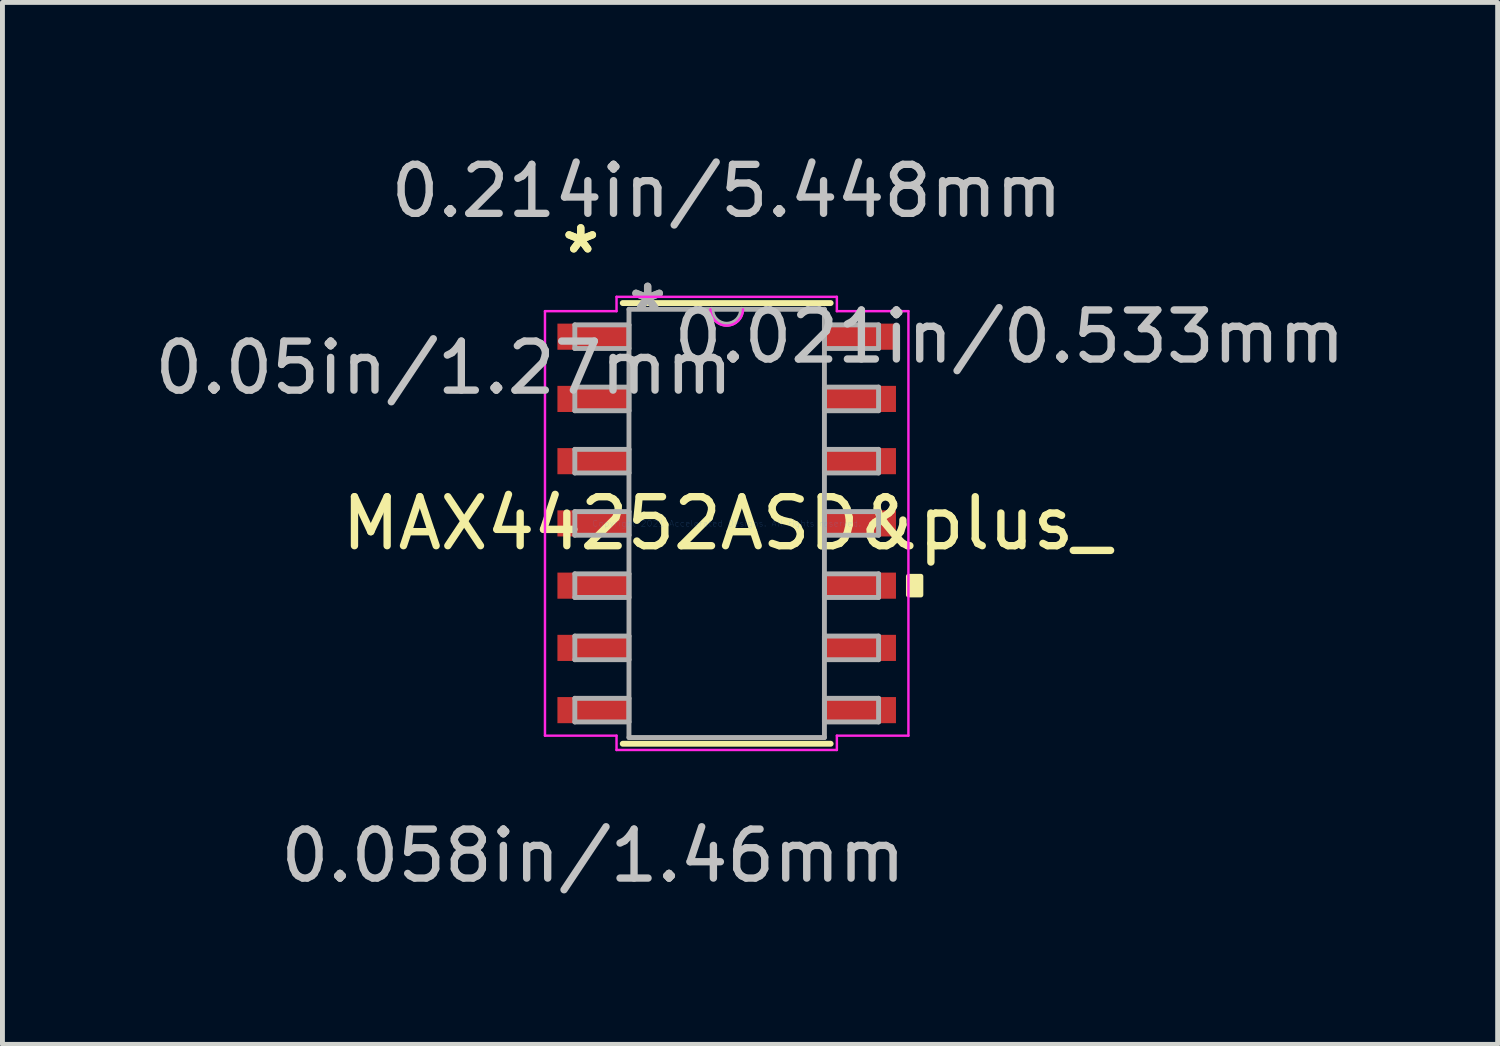
<source format=kicad_pcb>
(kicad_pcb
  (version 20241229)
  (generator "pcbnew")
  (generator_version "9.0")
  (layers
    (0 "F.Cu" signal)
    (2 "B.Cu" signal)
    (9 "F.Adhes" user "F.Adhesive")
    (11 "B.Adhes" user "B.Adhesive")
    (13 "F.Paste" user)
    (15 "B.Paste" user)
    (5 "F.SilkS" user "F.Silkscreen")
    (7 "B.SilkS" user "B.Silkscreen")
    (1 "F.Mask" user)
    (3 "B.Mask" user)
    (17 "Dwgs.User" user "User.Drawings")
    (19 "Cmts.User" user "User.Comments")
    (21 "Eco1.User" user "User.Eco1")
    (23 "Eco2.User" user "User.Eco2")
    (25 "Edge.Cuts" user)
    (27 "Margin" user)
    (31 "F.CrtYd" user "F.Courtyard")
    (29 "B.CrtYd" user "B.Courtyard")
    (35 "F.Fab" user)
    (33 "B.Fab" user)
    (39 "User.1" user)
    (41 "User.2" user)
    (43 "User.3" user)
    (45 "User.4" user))
  (footprint "MAX44252ASD&plus_"
    (layer "F.Cu")
    (at 11.778 7.63)
    (property "Reference" "MAX44252ASD&plus_" (at 0 0 0) (layer "F.SilkS") (effects (font (size 1 1) (thickness 0.15))))
    (attr through_hole)
    (fp_line (start -2.121 4.496) (end 2.121 4.496) (stroke (width 0.12) (type solid)) (layer "F.SilkS"))
    (fp_line (start 2.121 -4.496) (end -2.121 -4.496) (stroke (width 0.12) (type solid)) (layer "F.SilkS"))
    (fp_poly (pts (xy 3.962 1.079) (xy 3.962 1.46) (xy 3.708 1.46) (xy 3.708 1.079)) (stroke (width 0.1) (type solid)) (fill yes) (layer "F.SilkS"))
    (fp_line (start -3.708 -4.331) (end -2.248 -4.331) (stroke (width 0.05) (type solid)) (layer "F.CrtYd"))
    (fp_line (start -3.708 4.331) (end -3.708 -4.331) (stroke (width 0.05) (type solid)) (layer "F.CrtYd"))
    (fp_line (start -2.248 -4.623) (end 2.248 -4.623) (stroke (width 0.05) (type solid)) (layer "F.CrtYd"))
    (fp_line (start -2.248 -4.331) (end -2.248 -4.623) (stroke (width 0.05) (type solid)) (layer "F.CrtYd"))
    (fp_line (start -2.248 4.331) (end -3.708 4.331) (stroke (width 0.05) (type solid)) (layer "F.CrtYd"))
    (fp_line (start -2.248 4.623) (end -2.248 4.331) (stroke (width 0.05) (type solid)) (layer "F.CrtYd"))
    (fp_line (start 2.248 -4.623) (end 2.248 -4.331) (stroke (width 0.05) (type solid)) (layer "F.CrtYd"))
    (fp_line (start 2.248 -4.331) (end 3.708 -4.331) (stroke (width 0.05) (type solid)) (layer "F.CrtYd"))
    (fp_line (start 2.248 4.331) (end 2.248 4.623) (stroke (width 0.05) (type solid)) (layer "F.CrtYd"))
    (fp_line (start 2.248 4.623) (end -2.248 4.623) (stroke (width 0.05) (type solid)) (layer "F.CrtYd"))
    (fp_line (start 3.708 -4.331) (end 3.708 4.331) (stroke (width 0.05) (type solid)) (layer "F.CrtYd"))
    (fp_line (start 3.708 4.331) (end 2.248 4.331) (stroke (width 0.05) (type solid)) (layer "F.CrtYd"))
    (fp_arc (start 0.332317 -4.3688) (mid 0 -4.036483) (end -0.332317 -4.3688) (stroke (width 0.05) (type solid)) (layer "F.CrtYd"))
    (fp_line (start -3.099 -4.051) (end -3.099 -3.569) (stroke (width 0.1) (type solid)) (layer "F.Fab"))
    (fp_line (start -3.099 -3.569) (end -1.994 -3.569) (stroke (width 0.1) (type solid)) (layer "F.Fab"))
    (fp_line (start -3.099 -2.781) (end -3.099 -2.299) (stroke (width 0.1) (type solid)) (layer "F.Fab"))
    (fp_line (start -3.099 -2.299) (end -1.994 -2.299) (stroke (width 0.1) (type solid)) (layer "F.Fab"))
    (fp_line (start -3.099 -1.511) (end -3.099 -1.029) (stroke (width 0.1) (type solid)) (layer "F.Fab"))
    (fp_line (start -3.099 -1.029) (end -1.994 -1.029) (stroke (width 0.1) (type solid)) (layer "F.Fab"))
    (fp_line (start -3.099 -0.241) (end -3.099 0.241) (stroke (width 0.1) (type solid)) (layer "F.Fab"))
    (fp_line (start -3.099 0.241) (end -1.994 0.241) (stroke (width 0.1) (type solid)) (layer "F.Fab"))
    (fp_line (start -3.099 1.029) (end -3.099 1.511) (stroke (width 0.1) (type solid)) (layer "F.Fab"))
    (fp_line (start -3.099 1.511) (end -1.994 1.511) (stroke (width 0.1) (type solid)) (layer "F.Fab"))
    (fp_line (start -3.099 2.299) (end -3.099 2.781) (stroke (width 0.1) (type solid)) (layer "F.Fab"))
    (fp_line (start -3.099 2.781) (end -1.994 2.781) (stroke (width 0.1) (type solid)) (layer "F.Fab"))
    (fp_line (start -3.099 3.569) (end -3.099 4.051) (stroke (width 0.1) (type solid)) (layer "F.Fab"))
    (fp_line (start -3.099 4.051) (end -1.994 4.051) (stroke (width 0.1) (type solid)) (layer "F.Fab"))
    (fp_line (start -1.994 -4.369) (end -1.994 4.369) (stroke (width 0.1) (type solid)) (layer "F.Fab"))
    (fp_line (start -1.994 -4.051) (end -3.099 -4.051) (stroke (width 0.1) (type solid)) (layer "F.Fab"))
    (fp_line (start -1.994 -3.569) (end -1.994 -4.051) (stroke (width 0.1) (type solid)) (layer "F.Fab"))
    (fp_line (start -1.994 -2.781) (end -3.099 -2.781) (stroke (width 0.1) (type solid)) (layer "F.Fab"))
    (fp_line (start -1.994 -2.299) (end -1.994 -2.781) (stroke (width 0.1) (type solid)) (layer "F.Fab"))
    (fp_line (start -1.994 -1.511) (end -3.099 -1.511) (stroke (width 0.1) (type solid)) (layer "F.Fab"))
    (fp_line (start -1.994 -1.029) (end -1.994 -1.511) (stroke (width 0.1) (type solid)) (layer "F.Fab"))
    (fp_line (start -1.994 -0.241) (end -3.099 -0.241) (stroke (width 0.1) (type solid)) (layer "F.Fab"))
    (fp_line (start -1.994 0.241) (end -1.994 -0.241) (stroke (width 0.1) (type solid)) (layer "F.Fab"))
    (fp_line (start -1.994 1.029) (end -3.099 1.029) (stroke (width 0.1) (type solid)) (layer "F.Fab"))
    (fp_line (start -1.994 1.511) (end -1.994 1.029) (stroke (width 0.1) (type solid)) (layer "F.Fab"))
    (fp_line (start -1.994 2.299) (end -3.099 2.299) (stroke (width 0.1) (type solid)) (layer "F.Fab"))
    (fp_line (start -1.994 2.781) (end -1.994 2.299) (stroke (width 0.1) (type solid)) (layer "F.Fab"))
    (fp_line (start -1.994 3.569) (end -3.099 3.569) (stroke (width 0.1) (type solid)) (layer "F.Fab"))
    (fp_line (start -1.994 4.051) (end -1.994 3.569) (stroke (width 0.1) (type solid)) (layer "F.Fab"))
    (fp_line (start -1.994 4.369) (end 1.994 4.369) (stroke (width 0.1) (type solid)) (layer "F.Fab"))
    (fp_line (start 1.994 -4.369) (end -1.994 -4.369) (stroke (width 0.1) (type solid)) (layer "F.Fab"))
    (fp_line (start 1.994 -4.051) (end 1.994 -3.569) (stroke (width 0.1) (type solid)) (layer "F.Fab"))
    (fp_line (start 1.994 -3.569) (end 3.099 -3.569) (stroke (width 0.1) (type solid)) (layer "F.Fab"))
    (fp_line (start 1.994 -2.781) (end 1.994 -2.299) (stroke (width 0.1) (type solid)) (layer "F.Fab"))
    (fp_line (start 1.994 -2.299) (end 3.099 -2.299) (stroke (width 0.1) (type solid)) (layer "F.Fab"))
    (fp_line (start 1.994 -1.511) (end 1.994 -1.029) (stroke (width 0.1) (type solid)) (layer "F.Fab"))
    (fp_line (start 1.994 -1.029) (end 3.099 -1.029) (stroke (width 0.1) (type solid)) (layer "F.Fab"))
    (fp_line (start 1.994 -0.241) (end 1.994 0.241) (stroke (width 0.1) (type solid)) (layer "F.Fab"))
    (fp_line (start 1.994 0.241) (end 3.099 0.241) (stroke (width 0.1) (type solid)) (layer "F.Fab"))
    (fp_line (start 1.994 1.029) (end 1.994 1.511) (stroke (width 0.1) (type solid)) (layer "F.Fab"))
    (fp_line (start 1.994 1.511) (end 3.099 1.511) (stroke (width 0.1) (type solid)) (layer "F.Fab"))
    (fp_line (start 1.994 2.299) (end 1.994 2.781) (stroke (width 0.1) (type solid)) (layer "F.Fab"))
    (fp_line (start 1.994 2.781) (end 3.099 2.781) (stroke (width 0.1) (type solid)) (layer "F.Fab"))
    (fp_line (start 1.994 3.569) (end 1.994 4.051) (stroke (width 0.1) (type solid)) (layer "F.Fab"))
    (fp_line (start 1.994 4.051) (end 3.099 4.051) (stroke (width 0.1) (type solid)) (layer "F.Fab"))
    (fp_line (start 1.994 4.369) (end 1.994 -4.369) (stroke (width 0.1) (type solid)) (layer "F.Fab"))
    (fp_line (start 3.099 -4.051) (end 1.994 -4.051) (stroke (width 0.1) (type solid)) (layer "F.Fab"))
    (fp_line (start 3.099 -3.569) (end 3.099 -4.051) (stroke (width 0.1) (type solid)) (layer "F.Fab"))
    (fp_line (start 3.099 -2.781) (end 1.994 -2.781) (stroke (width 0.1) (type solid)) (layer "F.Fab"))
    (fp_line (start 3.099 -2.299) (end 3.099 -2.781) (stroke (width 0.1) (type solid)) (layer "F.Fab"))
    (fp_line (start 3.099 -1.511) (end 1.994 -1.511) (stroke (width 0.1) (type solid)) (layer "F.Fab"))
    (fp_line (start 3.099 -1.029) (end 3.099 -1.511) (stroke (width 0.1) (type solid)) (layer "F.Fab"))
    (fp_line (start 3.099 -0.241) (end 1.994 -0.241) (stroke (width 0.1) (type solid)) (layer "F.Fab"))
    (fp_line (start 3.099 0.241) (end 3.099 -0.241) (stroke (width 0.1) (type solid)) (layer "F.Fab"))
    (fp_line (start 3.099 1.029) (end 1.994 1.029) (stroke (width 0.1) (type solid)) (layer "F.Fab"))
    (fp_line (start 3.099 1.511) (end 3.099 1.029) (stroke (width 0.1) (type solid)) (layer "F.Fab"))
    (fp_line (start 3.099 2.299) (end 1.994 2.299) (stroke (width 0.1) (type solid)) (layer "F.Fab"))
    (fp_line (start 3.099 2.781) (end 3.099 2.299) (stroke (width 0.1) (type solid)) (layer "F.Fab"))
    (fp_line (start 3.099 3.569) (end 1.994 3.569) (stroke (width 0.1) (type solid)) (layer "F.Fab"))
    (fp_line (start 3.099 4.051) (end 3.099 3.569) (stroke (width 0.1) (type solid)) (layer "F.Fab"))
    (fp_arc (start 0.3048 -4.3688) (mid 0 -4.064) (end -0.3048 -4.3688) (stroke (width 0.1) (type solid)) (layer "F.Fab"))
    (fp_text user "*" (at -2.978 -5.486 0) (layer "F.SilkS") (effects (font (size 1 1) (thickness 0.15))))
    (fp_text user "*" (at -2.978 -5.486 0) (layer "F.SilkS") (effects (font (size 1 1) (thickness 0.15))))
    (fp_text user "0.058in/1.46mm" (at -2.724 6.782 0) (layer "Dwgs.User") (effects (font (size 1 1) (thickness 0.15))))
    (fp_text user "0.214in/5.448mm" (at 0 -6.782 0) (layer "Dwgs.User") (effects (font (size 1 1) (thickness 0.15))))
    (fp_text user "0.05in/1.27mm" (at -5.772 -3.175 0) (layer "Dwgs.User") (effects (font (size 1 1) (thickness 0.15))))
    (fp_text user "0.021in/0.533mm" (at 5.772 -3.81 0) (layer "Dwgs.User") (effects (font (size 1 1) (thickness 0.15))))
    (fp_text user "Copyright 2021 Accelerated Designs. All rights reserved." (at 0 0 0) (layer "Cmts.User") (effects (font (size 0.127 0.127) (thickness 0.002))))
    (fp_text user "*" (at -1.613 -4.293 0) (layer "F.Fab") (effects (font (size 1 1) (thickness 0.15))))
    (fp_text user "*" (at -1.613 -4.293 0) (layer "F.Fab") (effects (font (size 1 1) (thickness 0.15))))
    (pad "1" smd rect (at -2.724 -3.81) (size 1.46 0.533) (layers "F.Cu" "F.Mask" "F.Paste"))
    (pad "2" smd rect (at -2.724 -2.54) (size 1.46 0.533) (layers "F.Cu" "F.Mask" "F.Paste"))
    (pad "3" smd rect (at -2.724 -1.27) (size 1.46 0.533) (layers "F.Cu" "F.Mask" "F.Paste"))
    (pad "4" smd rect (at -2.724 0) (size 1.46 0.533) (layers "F.Cu" "F.Mask" "F.Paste"))
    (pad "5" smd rect (at -2.724 1.27) (size 1.46 0.533) (layers "F.Cu" "F.Mask" "F.Paste"))
    (pad "6" smd rect (at -2.724 2.54) (size 1.46 0.533) (layers "F.Cu" "F.Mask" "F.Paste"))
    (pad "7" smd rect (at -2.724 3.81) (size 1.46 0.533) (layers "F.Cu" "F.Mask" "F.Paste"))
    (pad "8" smd rect (at 2.724 3.81) (size 1.46 0.533) (layers "F.Cu" "F.Mask" "F.Paste"))
    (pad "9" smd rect (at 2.724 2.54) (size 1.46 0.533) (layers "F.Cu" "F.Mask" "F.Paste"))
    (pad "10" smd rect (at 2.724 1.27) (size 1.46 0.533) (layers "F.Cu" "F.Mask" "F.Paste"))
    (pad "11" smd rect (at 2.724 0) (size 1.46 0.533) (layers "F.Cu" "F.Mask" "F.Paste"))
    (pad "12" smd rect (at 2.724 -1.27) (size 1.46 0.533) (layers "F.Cu" "F.Mask" "F.Paste"))
    (pad "13" smd rect (at 2.724 -2.54) (size 1.46 0.533) (layers "F.Cu" "F.Mask" "F.Paste"))
    (pad "14" smd rect (at 2.724 -3.81) (size 1.46 0.533) (layers "F.Cu" "F.Mask" "F.Paste")))
  (gr_rect
    (start -3 -3)
    (end 27.509 18.26)
    (stroke (width 0.1) (type default))
    (fill no)
    (layer "Edge.Cuts")))
</source>
